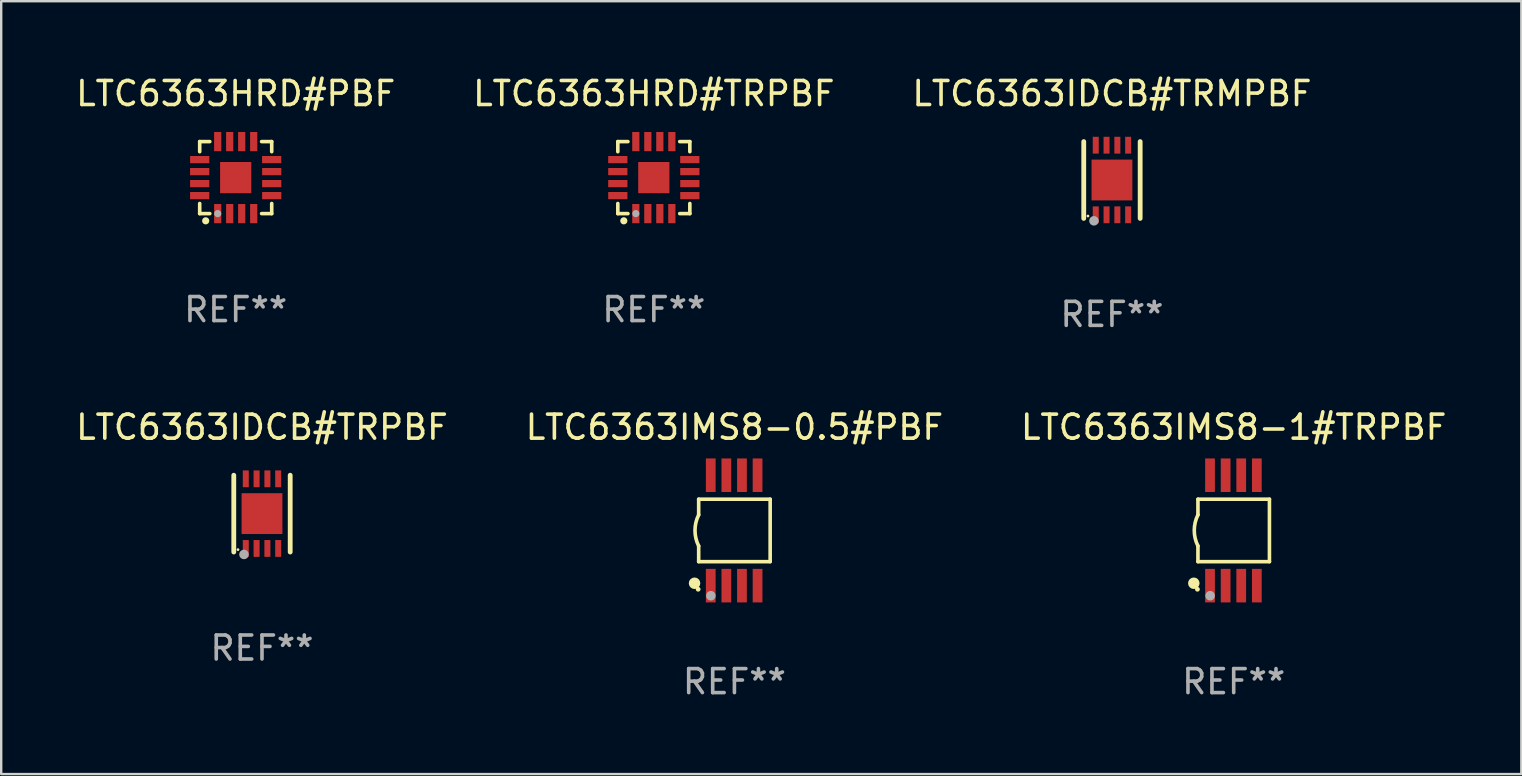
<source format=kicad_pcb>
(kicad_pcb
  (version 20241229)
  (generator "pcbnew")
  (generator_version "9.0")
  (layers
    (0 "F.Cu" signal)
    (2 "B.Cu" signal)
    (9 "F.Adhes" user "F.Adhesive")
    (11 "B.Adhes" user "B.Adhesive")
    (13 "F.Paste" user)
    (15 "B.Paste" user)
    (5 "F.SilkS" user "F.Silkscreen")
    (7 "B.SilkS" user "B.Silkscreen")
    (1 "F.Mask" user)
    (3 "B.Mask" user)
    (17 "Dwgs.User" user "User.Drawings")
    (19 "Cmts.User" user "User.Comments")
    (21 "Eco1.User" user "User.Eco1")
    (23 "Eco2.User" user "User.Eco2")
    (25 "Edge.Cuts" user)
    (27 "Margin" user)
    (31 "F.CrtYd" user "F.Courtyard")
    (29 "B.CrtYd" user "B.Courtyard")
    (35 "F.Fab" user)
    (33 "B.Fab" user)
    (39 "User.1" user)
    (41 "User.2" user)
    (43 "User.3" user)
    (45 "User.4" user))
  (footprint "LTC6363IDCB#TRPBF"
    (layer "F.Cu")
    (at 7.863 18.345)
    (property "Reference" "LTC6363IDCB#TRPBF" (at 0 -3.6 0) (layer "F.SilkS") (effects (font (size 1 1) (thickness 0.15))))
    (attr through_hole)
    (fp_line (start -1.175 1.6) (end -1.175 -1.6) (stroke (width 0.2) (type solid)) (layer "F.SilkS"))
    (fp_line (start 1.175 1.6) (end 1.175 -1.6) (stroke (width 0.2) (type solid)) (layer "F.SilkS"))
    (fp_circle (center -1 1.5) (end -0.97 1.5) (stroke (width 0.06) (type solid)) (fill no) (layer "F.SilkS"))
    (fp_circle (center -0.75 1.7) (end -0.65 1.7) (stroke (width 0.2) (type solid)) (fill no) (layer "F.Fab"))
    (fp_text user "REF**" (at 0 5.6 0) (layer "F.Fab") (effects (font (size 1 1) (thickness 0.15))))
    (pad "1" smd rect (at -0.675 1.45 90) (size 0.7 0.25) (layers "F.Cu" "F.Mask" "F.Paste"))
    (pad "2" smd rect (at -0.225 1.45 90) (size 0.7 0.25) (layers "F.Cu" "F.Mask" "F.Paste"))
    (pad "3" smd rect (at 0.225 1.45 90) (size 0.7 0.25) (layers "F.Cu" "F.Mask" "F.Paste"))
    (pad "4" smd rect (at 0.675 1.45 90) (size 0.7 0.25) (layers "F.Cu" "F.Mask" "F.Paste"))
    (pad "5" smd rect (at 0.675 -1.45 90) (size 0.7 0.25) (layers "F.Cu" "F.Mask" "F.Paste"))
    (pad "6" smd rect (at 0.225 -1.45 90) (size 0.7 0.25) (layers "F.Cu" "F.Mask" "F.Paste"))
    (pad "7" smd rect (at -0.225 -1.45 90) (size 0.7 0.25) (layers "F.Cu" "F.Mask" "F.Paste"))
    (pad "8" smd rect (at -0.675 -1.45 90) (size 0.7 0.25) (layers "F.Cu" "F.Mask" "F.Paste"))
    (pad "9" smd rect (at 0.000127 0 90) (size 1.7 1.7) (layers "F.Cu" "F.Mask" "F.Paste")))
  (footprint "LTC6363IMS8-0.5#PBF"
    (layer "F.Cu")
    (at 27.542 19.045)
    (property "Reference" "LTC6363IMS8-0.5#PBF" (at 0 -4.3 0) (layer "F.SilkS") (effects (font (size 1 1) (thickness 0.15))))
    (attr through_hole)
    (fp_line (start -1.489 -1.3) (end -1.489 -0.648) (stroke (width 0.15) (type solid)) (layer "F.SilkS"))
    (fp_line (start -1.489 0.648) (end -1.489 1.3) (stroke (width 0.15) (type solid)) (layer "F.SilkS"))
    (fp_line (start -1.489 1.3) (end 1.489 1.3) (stroke (width 0.15) (type solid)) (layer "F.SilkS"))
    (fp_line (start 1.489 -1.3) (end -1.489 -1.3) (stroke (width 0.15) (type solid)) (layer "F.SilkS"))
    (fp_line (start 1.489 1.3) (end 1.489 -1.3) (stroke (width 0.15) (type solid)) (layer "F.SilkS"))
    (fp_arc (start -1.489205 0.647702) (mid -1.642107 0) (end -1.489205 -0.647701) (stroke (width 0.150013) (type solid)) (layer "F.SilkS"))
    (fp_circle (center -1.661 2.2) (end -1.541 2.2) (stroke (width 0.24) (type solid)) (fill no) (layer "F.SilkS"))
    (fp_circle (center -1.511 2.45) (end -1.461 2.45) (stroke (width 0.1) (type solid)) (fill no) (layer "F.SilkS"))
    (fp_circle (center -0.981 2.72) (end -0.881 2.72) (stroke (width 0.2) (type solid)) (fill no) (layer "F.Fab"))
    (fp_text user "REF**" (at 0 6.3 0) (layer "F.Fab") (effects (font (size 1 1) (thickness 0.15))))
    (pad "1" smd rect (at -0.986 2.3) (size 0.406 1.397) (layers "F.Cu" "F.Mask" "F.Paste"))
    (pad "2" smd rect (at -0.336 2.3) (size 0.406 1.397) (layers "F.Cu" "F.Mask" "F.Paste"))
    (pad "3" smd rect (at 0.314 2.3) (size 0.406 1.397) (layers "F.Cu" "F.Mask" "F.Paste"))
    (pad "4" smd rect (at 0.964 2.3) (size 0.406 1.397) (layers "F.Cu" "F.Mask" "F.Paste"))
    (pad "5" smd rect (at 0.964 -2.3) (size 0.406 1.397) (layers "F.Cu" "F.Mask" "F.Paste"))
    (pad "6" smd rect (at 0.314 -2.3) (size 0.406 1.397) (layers "F.Cu" "F.Mask" "F.Paste"))
    (pad "7" smd rect (at -0.336 -2.3) (size 0.406 1.397) (layers "F.Cu" "F.Mask" "F.Paste"))
    (pad "8" smd rect (at -0.986 -2.3) (size 0.406 1.397) (layers "F.Cu" "F.Mask" "F.Paste")))
  (footprint "LTC6363HRD#TRPBF"
    (layer "F.Cu")
    (at 24.185 4.348)
    (property "Reference" "LTC6363HRD#TRPBF" (at 0 -3.5 0) (layer "F.SilkS") (effects (font (size 1 1) (thickness 0.15))))
    (attr through_hole)
    (fp_line (start -1.5 -1.5) (end -1.079 -1.5) (stroke (width 0.15) (type solid)) (layer "F.SilkS"))
    (fp_line (start -1.5 -1.079) (end -1.5 -1.5) (stroke (width 0.15) (type solid)) (layer "F.SilkS"))
    (fp_line (start -1.5 1.5) (end -1.5 1.079) (stroke (width 0.15) (type solid)) (layer "F.SilkS"))
    (fp_line (start -1.5 1.5) (end -1.079 1.5) (stroke (width 0.15) (type solid)) (layer "F.SilkS"))
    (fp_line (start 1.079 -1.5) (end 1.5 -1.5) (stroke (width 0.15) (type solid)) (layer "F.SilkS"))
    (fp_line (start 1.079 1.5) (end 1.5 1.5) (stroke (width 0.15) (type solid)) (layer "F.SilkS"))
    (fp_line (start 1.5 -1.08) (end 1.5 -1.5) (stroke (width 0.15) (type solid)) (layer "F.SilkS"))
    (fp_line (start 1.5 1.5) (end 1.5 1.079) (stroke (width 0.15) (type solid)) (layer "F.SilkS"))
    (fp_circle (center -1.5 1.5) (end -1.47 1.5) (stroke (width 0.06) (type solid)) (fill no) (layer "F.SilkS"))
    (fp_circle (center -1.25 1.8) (end -1.175 1.8) (stroke (width 0.15) (type solid)) (fill no) (layer "F.SilkS"))
    (fp_circle (center -0.75 1.5) (end -0.675 1.5) (stroke (width 0.15) (type solid)) (fill no) (layer "F.Fab"))
    (fp_text user "REF**" (at 0 5.5 0) (layer "F.Fab") (effects (font (size 1 1) (thickness 0.15))))
    (pad "1" smd rect (at -0.75 1.5 180) (size 0.3 0.8) (layers "F.Cu" "F.Mask" "F.Paste"))
    (pad "2" smd rect (at -0.25 1.5 180) (size 0.3 0.8) (layers "F.Cu" "F.Mask" "F.Paste"))
    (pad "3" smd rect (at 0.25 1.5 180) (size 0.3 0.8) (layers "F.Cu" "F.Mask" "F.Paste"))
    (pad "4" smd rect (at 0.75 1.5 180) (size 0.3 0.8) (layers "F.Cu" "F.Mask" "F.Paste"))
    (pad "5" smd rect (at 1.5 0.75 90) (size 0.3 0.8) (layers "F.Cu" "F.Mask" "F.Paste"))
    (pad "6" smd rect (at 1.5 0.25 90) (size 0.3 0.8) (layers "F.Cu" "F.Mask" "F.Paste"))
    (pad "7" smd rect (at 1.5 -0.25 90) (size 0.3 0.8) (layers "F.Cu" "F.Mask" "F.Paste"))
    (pad "8" smd rect (at 1.498 -0.751 90) (size 0.3 0.8) (layers "F.Cu" "F.Mask" "F.Paste"))
    (pad "9" smd rect (at 0.75 -1.5 180) (size 0.3 0.8) (layers "F.Cu" "F.Mask" "F.Paste"))
    (pad "10" smd rect (at 0.25 -1.5 180) (size 0.3 0.8) (layers "F.Cu" "F.Mask" "F.Paste"))
    (pad "11" smd rect (at -0.25 -1.5 180) (size 0.3 0.8) (layers "F.Cu" "F.Mask" "F.Paste"))
    (pad "12" smd rect (at -0.75 -1.5 180) (size 0.3 0.8) (layers "F.Cu" "F.Mask" "F.Paste"))
    (pad "13" smd rect (at -1.5 -0.75 90) (size 0.3 0.8) (layers "F.Cu" "F.Mask" "F.Paste"))
    (pad "14" smd rect (at -1.5 -0.25 90) (size 0.3 0.8) (layers "F.Cu" "F.Mask" "F.Paste"))
    (pad "15" smd rect (at -1.5 0.25 90) (size 0.3 0.8) (layers "F.Cu" "F.Mask" "F.Paste"))
    (pad "16" smd rect (at -1.5 0.75 90) (size 0.3 0.8) (layers "F.Cu" "F.Mask" "F.Paste"))
    (pad "17" smd rect (at -0.000114 0.00014 180) (size 1.3 1.3) (layers "F.Cu" "F.Mask" "F.Paste")))
  (footprint "LTC6363IMS8-1#TRPBF"
    (layer "F.Cu")
    (at 48.339 19.045)
    (property "Reference" "LTC6363IMS8-1#TRPBF" (at 0 -4.3 0) (layer "F.SilkS") (effects (font (size 1 1) (thickness 0.15))))
    (attr through_hole)
    (fp_line (start -1.489 -1.3) (end -1.489 -0.648) (stroke (width 0.15) (type solid)) (layer "F.SilkS"))
    (fp_line (start -1.489 0.648) (end -1.489 1.3) (stroke (width 0.15) (type solid)) (layer "F.SilkS"))
    (fp_line (start -1.489 1.3) (end 1.489 1.3) (stroke (width 0.15) (type solid)) (layer "F.SilkS"))
    (fp_line (start 1.489 -1.3) (end -1.489 -1.3) (stroke (width 0.15) (type solid)) (layer "F.SilkS"))
    (fp_line (start 1.489 1.3) (end 1.489 -1.3) (stroke (width 0.15) (type solid)) (layer "F.SilkS"))
    (fp_arc (start -1.489205 0.647702) (mid -1.642107 0) (end -1.489205 -0.647701) (stroke (width 0.150013) (type solid)) (layer "F.SilkS"))
    (fp_circle (center -1.661 2.2) (end -1.541 2.2) (stroke (width 0.24) (type solid)) (fill no) (layer "F.SilkS"))
    (fp_circle (center -1.511 2.45) (end -1.461 2.45) (stroke (width 0.1) (type solid)) (fill no) (layer "F.SilkS"))
    (fp_circle (center -0.981 2.72) (end -0.881 2.72) (stroke (width 0.2) (type solid)) (fill no) (layer "F.Fab"))
    (fp_text user "REF**" (at 0 6.3 0) (layer "F.Fab") (effects (font (size 1 1) (thickness 0.15))))
    (pad "1" smd rect (at -0.986 2.3) (size 0.406 1.397) (layers "F.Cu" "F.Mask" "F.Paste"))
    (pad "2" smd rect (at -0.336 2.3) (size 0.406 1.397) (layers "F.Cu" "F.Mask" "F.Paste"))
    (pad "3" smd rect (at 0.314 2.3) (size 0.406 1.397) (layers "F.Cu" "F.Mask" "F.Paste"))
    (pad "4" smd rect (at 0.964 2.3) (size 0.406 1.397) (layers "F.Cu" "F.Mask" "F.Paste"))
    (pad "5" smd rect (at 0.964 -2.3) (size 0.406 1.397) (layers "F.Cu" "F.Mask" "F.Paste"))
    (pad "6" smd rect (at 0.314 -2.3) (size 0.406 1.397) (layers "F.Cu" "F.Mask" "F.Paste"))
    (pad "7" smd rect (at -0.336 -2.3) (size 0.406 1.397) (layers "F.Cu" "F.Mask" "F.Paste"))
    (pad "8" smd rect (at -0.986 -2.3) (size 0.406 1.397) (layers "F.Cu" "F.Mask" "F.Paste")))
  (footprint "LTC6363HRD#PBF"
    (layer "F.Cu")
    (at 6.768 4.348)
    (property "Reference" "LTC6363HRD#PBF" (at 0 -3.5 0) (layer "F.SilkS") (effects (font (size 1 1) (thickness 0.15))))
    (attr through_hole)
    (fp_line (start -1.5 -1.5) (end -1.079 -1.5) (stroke (width 0.15) (type solid)) (layer "F.SilkS"))
    (fp_line (start -1.5 -1.079) (end -1.5 -1.5) (stroke (width 0.15) (type solid)) (layer "F.SilkS"))
    (fp_line (start -1.5 1.5) (end -1.5 1.079) (stroke (width 0.15) (type solid)) (layer "F.SilkS"))
    (fp_line (start -1.5 1.5) (end -1.079 1.5) (stroke (width 0.15) (type solid)) (layer "F.SilkS"))
    (fp_line (start 1.079 -1.5) (end 1.5 -1.5) (stroke (width 0.15) (type solid)) (layer "F.SilkS"))
    (fp_line (start 1.079 1.5) (end 1.5 1.5) (stroke (width 0.15) (type solid)) (layer "F.SilkS"))
    (fp_line (start 1.5 -1.08) (end 1.5 -1.5) (stroke (width 0.15) (type solid)) (layer "F.SilkS"))
    (fp_line (start 1.5 1.5) (end 1.5 1.079) (stroke (width 0.15) (type solid)) (layer "F.SilkS"))
    (fp_circle (center -1.5 1.5) (end -1.47 1.5) (stroke (width 0.06) (type solid)) (fill no) (layer "F.SilkS"))
    (fp_circle (center -1.25 1.8) (end -1.175 1.8) (stroke (width 0.15) (type solid)) (fill no) (layer "F.SilkS"))
    (fp_circle (center -0.75 1.5) (end -0.675 1.5) (stroke (width 0.15) (type solid)) (fill no) (layer "F.Fab"))
    (fp_text user "REF**" (at 0 5.5 0) (layer "F.Fab") (effects (font (size 1 1) (thickness 0.15))))
    (pad "1" smd rect (at -0.75 1.5 180) (size 0.3 0.8) (layers "F.Cu" "F.Mask" "F.Paste"))
    (pad "2" smd rect (at -0.25 1.5 180) (size 0.3 0.8) (layers "F.Cu" "F.Mask" "F.Paste"))
    (pad "3" smd rect (at 0.25 1.5 180) (size 0.3 0.8) (layers "F.Cu" "F.Mask" "F.Paste"))
    (pad "4" smd rect (at 0.75 1.5 180) (size 0.3 0.8) (layers "F.Cu" "F.Mask" "F.Paste"))
    (pad "5" smd rect (at 1.5 0.75 90) (size 0.3 0.8) (layers "F.Cu" "F.Mask" "F.Paste"))
    (pad "6" smd rect (at 1.5 0.25 90) (size 0.3 0.8) (layers "F.Cu" "F.Mask" "F.Paste"))
    (pad "7" smd rect (at 1.5 -0.25 90) (size 0.3 0.8) (layers "F.Cu" "F.Mask" "F.Paste"))
    (pad "8" smd rect (at 1.498 -0.751 90) (size 0.3 0.8) (layers "F.Cu" "F.Mask" "F.Paste"))
    (pad "9" smd rect (at 0.75 -1.5 180) (size 0.3 0.8) (layers "F.Cu" "F.Mask" "F.Paste"))
    (pad "10" smd rect (at 0.25 -1.5 180) (size 0.3 0.8) (layers "F.Cu" "F.Mask" "F.Paste"))
    (pad "11" smd rect (at -0.25 -1.5 180) (size 0.3 0.8) (layers "F.Cu" "F.Mask" "F.Paste"))
    (pad "12" smd rect (at -0.75 -1.5 180) (size 0.3 0.8) (layers "F.Cu" "F.Mask" "F.Paste"))
    (pad "13" smd rect (at -1.5 -0.75 90) (size 0.3 0.8) (layers "F.Cu" "F.Mask" "F.Paste"))
    (pad "14" smd rect (at -1.5 -0.25 90) (size 0.3 0.8) (layers "F.Cu" "F.Mask" "F.Paste"))
    (pad "15" smd rect (at -1.5 0.25 90) (size 0.3 0.8) (layers "F.Cu" "F.Mask" "F.Paste"))
    (pad "16" smd rect (at -1.5 0.75 90) (size 0.3 0.8) (layers "F.Cu" "F.Mask" "F.Paste"))
    (pad "17" smd rect (at -0.000114 0.00014 180) (size 1.3 1.3) (layers "F.Cu" "F.Mask" "F.Paste")))
  (footprint "LTC6363IDCB#TRMPBF"
    (layer "F.Cu")
    (at 43.268 4.448)
    (property "Reference" "LTC6363IDCB#TRMPBF" (at 0 -3.6 0) (layer "F.SilkS") (effects (font (size 1 1) (thickness 0.15))))
    (attr through_hole)
    (fp_line (start -1.175 1.6) (end -1.175 -1.6) (stroke (width 0.2) (type solid)) (layer "F.SilkS"))
    (fp_line (start 1.175 1.6) (end 1.175 -1.6) (stroke (width 0.2) (type solid)) (layer "F.SilkS"))
    (fp_circle (center -1 1.5) (end -0.97 1.5) (stroke (width 0.06) (type solid)) (fill no) (layer "F.SilkS"))
    (fp_circle (center -0.75 1.7) (end -0.65 1.7) (stroke (width 0.2) (type solid)) (fill no) (layer "F.Fab"))
    (fp_text user "REF**" (at 0 5.6 0) (layer "F.Fab") (effects (font (size 1 1) (thickness 0.15))))
    (pad "1" smd rect (at -0.675 1.45 90) (size 0.7 0.25) (layers "F.Cu" "F.Mask" "F.Paste"))
    (pad "2" smd rect (at -0.225 1.45 90) (size 0.7 0.25) (layers "F.Cu" "F.Mask" "F.Paste"))
    (pad "3" smd rect (at 0.225 1.45 90) (size 0.7 0.25) (layers "F.Cu" "F.Mask" "F.Paste"))
    (pad "4" smd rect (at 0.675 1.45 90) (size 0.7 0.25) (layers "F.Cu" "F.Mask" "F.Paste"))
    (pad "5" smd rect (at 0.675 -1.45 90) (size 0.7 0.25) (layers "F.Cu" "F.Mask" "F.Paste"))
    (pad "6" smd rect (at 0.225 -1.45 90) (size 0.7 0.25) (layers "F.Cu" "F.Mask" "F.Paste"))
    (pad "7" smd rect (at -0.225 -1.45 90) (size 0.7 0.25) (layers "F.Cu" "F.Mask" "F.Paste"))
    (pad "8" smd rect (at -0.675 -1.45 90) (size 0.7 0.25) (layers "F.Cu" "F.Mask" "F.Paste"))
    (pad "9" smd rect (at 0.000127 0 90) (size 1.7 1.7) (layers "F.Cu" "F.Mask" "F.Paste")))
  (gr_rect
    (start -3 -3)
    (end 60.321 29.193)
    (stroke (width 0.1) (type default))
    (fill no)
    (layer "Edge.Cuts")))
</source>
